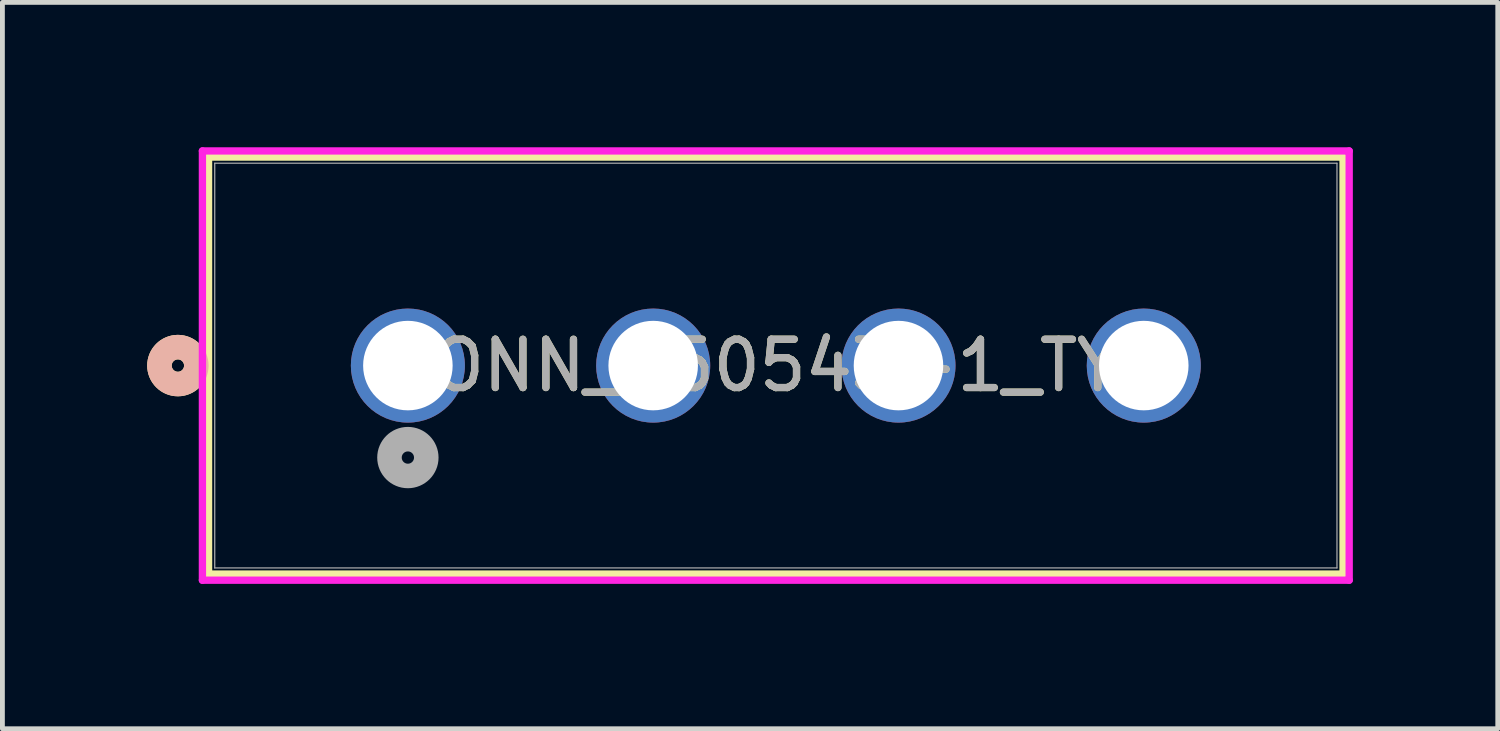
<source format=kicad_pcb>
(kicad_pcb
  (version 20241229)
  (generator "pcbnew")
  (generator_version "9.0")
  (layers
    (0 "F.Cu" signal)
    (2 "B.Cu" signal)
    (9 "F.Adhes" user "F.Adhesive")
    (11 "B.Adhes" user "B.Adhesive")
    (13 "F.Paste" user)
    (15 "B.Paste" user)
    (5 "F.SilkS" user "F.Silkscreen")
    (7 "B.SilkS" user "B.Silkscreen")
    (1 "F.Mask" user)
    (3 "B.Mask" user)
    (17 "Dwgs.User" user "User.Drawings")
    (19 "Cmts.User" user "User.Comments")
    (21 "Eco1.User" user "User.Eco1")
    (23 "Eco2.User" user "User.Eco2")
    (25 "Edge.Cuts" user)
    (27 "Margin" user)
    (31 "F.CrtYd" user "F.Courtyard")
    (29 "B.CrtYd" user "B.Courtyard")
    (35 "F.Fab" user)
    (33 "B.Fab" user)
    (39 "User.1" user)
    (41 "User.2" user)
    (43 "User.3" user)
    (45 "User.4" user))
  (footprint "CONN_350543-1_TYC"
    (layer "F.Cu")
    (at 5.397 4.521)
    (property "Reference" "CONN_350543-1_TYC" (at 7.62 0 0) (unlocked yes) (layer "F.SilkS") (effects (font (size 1 1) (thickness 0.15))))
    (attr through_hole)
    (fp_line (start -4.128 -4.318) (end -4.128 4.318) (stroke (width 0.152) (type solid)) (layer "F.SilkS"))
    (fp_line (start -4.128 4.318) (end 19.367 4.318) (stroke (width 0.152) (type solid)) (layer "F.SilkS"))
    (fp_line (start 19.367 -4.318) (end -4.128 -4.318) (stroke (width 0.152) (type solid)) (layer "F.SilkS"))
    (fp_line (start 19.367 4.318) (end 19.367 -4.318) (stroke (width 0.152) (type solid)) (layer "F.SilkS"))
    (fp_circle (center -4.763 0) (end -4.381 0) (stroke (width 0.508) (type solid)) (fill no) (layer "F.SilkS"))
    (fp_circle (center -4.763 0) (end -4.381 0) (stroke (width 0.508) (type solid)) (fill no) (layer "B.SilkS"))
    (fp_line (start -4.255 -4.445) (end -4.255 4.445) (stroke (width 0.152) (type solid)) (layer "F.CrtYd"))
    (fp_line (start -4.255 4.445) (end 19.494 4.445) (stroke (width 0.152) (type solid)) (layer "F.CrtYd"))
    (fp_line (start 19.494 -4.445) (end -4.255 -4.445) (stroke (width 0.152) (type solid)) (layer "F.CrtYd"))
    (fp_line (start 19.494 4.445) (end 19.494 -4.445) (stroke (width 0.152) (type solid)) (layer "F.CrtYd"))
    (fp_line (start -4 -4.191) (end -4 4.191) (stroke (width 0.025) (type solid)) (layer "F.Fab"))
    (fp_line (start -4 4.191) (end 19.241 4.191) (stroke (width 0.025) (type solid)) (layer "F.Fab"))
    (fp_line (start 19.241 -4.191) (end -4 -4.191) (stroke (width 0.025) (type solid)) (layer "F.Fab"))
    (fp_line (start 19.241 4.191) (end 19.241 -4.191) (stroke (width 0.025) (type solid)) (layer "F.Fab"))
    (fp_circle (center 0 1.905) (end 0.381 1.905) (stroke (width 0.508) (type solid)) (fill no) (layer "F.Fab"))
    (fp_text user "${REFERENCE}" (at 7.62 0 0) (unlocked yes) (layer "F.Fab") (effects (font (size 1 1) (thickness 0.15))))
    (pad "1" thru_hole circle (at 0 0) (size 2.362 2.362) (drill 1.854) (layers "*.Cu" "*.Mask"))
    (pad "2" thru_hole circle (at 5.08 0) (size 2.362 2.362) (drill 1.854) (layers "*.Cu" "*.Mask"))
    (pad "3" thru_hole circle (at 10.16 0) (size 2.362 2.362) (drill 1.854) (layers "*.Cu" "*.Mask"))
    (pad "4" thru_hole circle (at 15.24 0) (size 2.362 2.362) (drill 1.854) (layers "*.Cu" "*.Mask")))
  (gr_rect
    (start -3 -3)
    (end 27.968 12.042)
    (stroke (width 0.1) (type default))
    (fill no)
    (layer "Edge.Cuts")))
</source>
